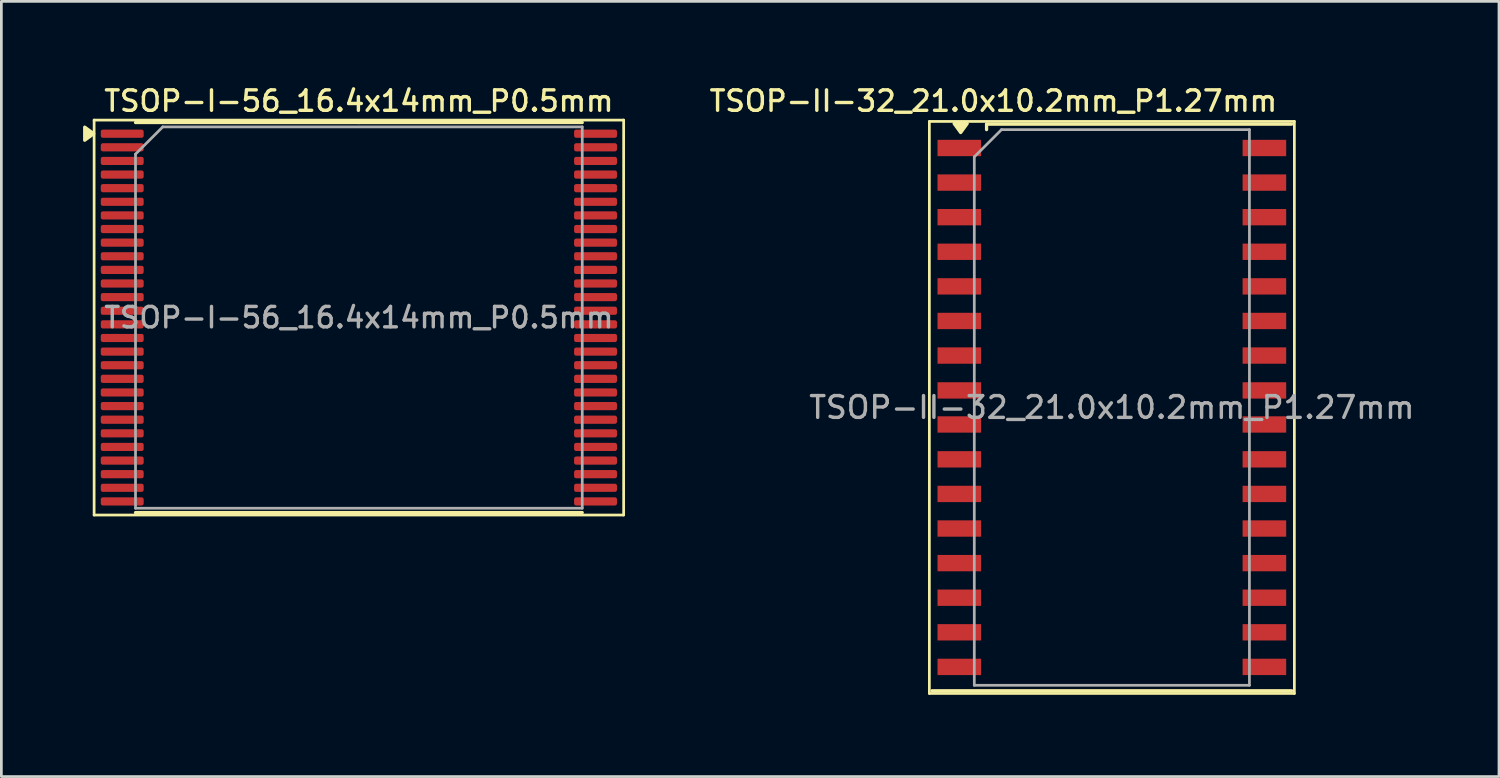
<source format=kicad_pcb>
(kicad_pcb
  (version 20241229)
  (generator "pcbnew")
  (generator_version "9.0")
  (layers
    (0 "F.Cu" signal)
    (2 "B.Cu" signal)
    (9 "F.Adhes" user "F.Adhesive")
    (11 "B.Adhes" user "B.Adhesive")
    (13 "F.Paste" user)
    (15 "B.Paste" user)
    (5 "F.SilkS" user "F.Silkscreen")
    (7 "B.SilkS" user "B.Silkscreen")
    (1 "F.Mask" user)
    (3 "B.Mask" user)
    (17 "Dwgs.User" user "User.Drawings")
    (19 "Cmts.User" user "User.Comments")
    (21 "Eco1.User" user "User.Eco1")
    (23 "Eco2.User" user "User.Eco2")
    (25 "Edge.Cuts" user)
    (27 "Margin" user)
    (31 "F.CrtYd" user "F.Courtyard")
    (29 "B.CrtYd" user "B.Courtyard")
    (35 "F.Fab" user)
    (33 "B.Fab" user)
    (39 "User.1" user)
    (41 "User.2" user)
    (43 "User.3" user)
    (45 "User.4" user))
  (footprint "TSOP-II-32_21.0x10.2mm_P1.27mm"
    (layer "F.Cu")
    (at 37.768 11.908)
    (property "Reference" "TSOP-II-32_21.0x10.2mm_P1.27mm" (at -4.35 -11.25 0) (layer "F.SilkS") (effects (font (size 0.75 0.75) (thickness 0.125))))
    (attr smd)
    (fp_line (start -6.7 -10.5) (end -6.7 10.5) (stroke (width 0.1) (type solid)) (layer "F.SilkS"))
    (fp_line (start -6.7 -10.5) (end 6.7 -10.5) (stroke (width 0.1) (type solid)) (layer "F.SilkS"))
    (fp_line (start -6.7 10.5) (end 6.7 10.5) (stroke (width 0.1) (type solid)) (layer "F.SilkS"))
    (fp_line (start -6.6 10.4) (end 6.6 10.4) (stroke (width 0.12) (type solid)) (layer "F.SilkS"))
    (fp_line (start -4.6 -10.4) (end -4.6 -10.2) (stroke (width 0.12) (type solid)) (layer "F.SilkS"))
    (fp_line (start -4.6 -10.4) (end 6.6 -10.4) (stroke (width 0.12) (type solid)) (layer "F.SilkS"))
    (fp_line (start 6.7 -10.5) (end 6.7 10.5) (stroke (width 0.1) (type solid)) (layer "F.SilkS"))
    (fp_poly (pts (xy -5.55 -10.092) (xy -5.79 -10.422) (xy -5.31 -10.422) (xy -5.55 -10.092)) (stroke (width 0.12) (type solid)) (fill yes) (layer "F.SilkS"))
    (fp_line (start -5.05 -9.2) (end -4.05 -10.2) (stroke (width 0.1) (type solid)) (layer "F.Fab"))
    (fp_line (start -5.05 10.2) (end -5.05 -9.2) (stroke (width 0.1) (type solid)) (layer "F.Fab"))
    (fp_line (start -4.05 -10.2) (end 5.05 -10.2) (stroke (width 0.1) (type solid)) (layer "F.Fab"))
    (fp_line (start 5.05 -10.2) (end 5.05 10.2) (stroke (width 0.1) (type solid)) (layer "F.Fab"))
    (fp_line (start 5.05 10.2) (end -5.05 10.2) (stroke (width 0.1) (type solid)) (layer "F.Fab"))
    (fp_text user "${REFERENCE}" (at 0 0 0) (layer "F.Fab") (effects (font (size 0.8 0.8) (thickness 0.125))))
    (pad "1" smd rect (at -5.6 -9.525) (size 1.6 0.6) (layers "F.Cu" "F.Mask" "F.Paste"))
    (pad "2" smd rect (at -5.6 -8.255) (size 1.6 0.6) (layers "F.Cu" "F.Mask" "F.Paste"))
    (pad "3" smd rect (at -5.6 -6.985) (size 1.6 0.6) (layers "F.Cu" "F.Mask" "F.Paste"))
    (pad "4" smd rect (at -5.6 -5.715) (size 1.6 0.6) (layers "F.Cu" "F.Mask" "F.Paste"))
    (pad "5" smd rect (at -5.6 -4.445) (size 1.6 0.6) (layers "F.Cu" "F.Mask" "F.Paste"))
    (pad "6" smd rect (at -5.6 -3.175) (size 1.6 0.6) (layers "F.Cu" "F.Mask" "F.Paste"))
    (pad "7" smd rect (at -5.6 -1.905) (size 1.6 0.6) (layers "F.Cu" "F.Mask" "F.Paste"))
    (pad "8" smd rect (at -5.6 -0.625) (size 1.6 0.6) (layers "F.Cu" "F.Mask" "F.Paste"))
    (pad "9" smd rect (at -5.6 0.625) (size 1.6 0.6) (layers "F.Cu" "F.Mask" "F.Paste"))
    (pad "10" smd rect (at -5.6 1.905) (size 1.6 0.6) (layers "F.Cu" "F.Mask" "F.Paste"))
    (pad "11" smd rect (at -5.6 3.175) (size 1.6 0.6) (layers "F.Cu" "F.Mask" "F.Paste"))
    (pad "12" smd rect (at -5.6 4.445) (size 1.6 0.6) (layers "F.Cu" "F.Mask" "F.Paste"))
    (pad "13" smd rect (at -5.6 5.715) (size 1.6 0.6) (layers "F.Cu" "F.Mask" "F.Paste"))
    (pad "14" smd rect (at -5.6 6.985) (size 1.6 0.6) (layers "F.Cu" "F.Mask" "F.Paste"))
    (pad "15" smd rect (at -5.6 8.255) (size 1.6 0.6) (layers "F.Cu" "F.Mask" "F.Paste"))
    (pad "16" smd rect (at -5.6 9.525) (size 1.6 0.6) (layers "F.Cu" "F.Mask" "F.Paste"))
    (pad "17" smd rect (at 5.6 9.525) (size 1.6 0.6) (layers "F.Cu" "F.Mask" "F.Paste"))
    (pad "18" smd rect (at 5.6 8.255) (size 1.6 0.6) (layers "F.Cu" "F.Mask" "F.Paste"))
    (pad "19" smd rect (at 5.6 6.985) (size 1.6 0.6) (layers "F.Cu" "F.Mask" "F.Paste"))
    (pad "20" smd rect (at 5.6 5.715) (size 1.6 0.6) (layers "F.Cu" "F.Mask" "F.Paste"))
    (pad "21" smd rect (at 5.6 4.445) (size 1.6 0.6) (layers "F.Cu" "F.Mask" "F.Paste"))
    (pad "22" smd rect (at 5.6 3.175) (size 1.6 0.6) (layers "F.Cu" "F.Mask" "F.Paste"))
    (pad "23" smd rect (at 5.6 1.905) (size 1.6 0.6) (layers "F.Cu" "F.Mask" "F.Paste"))
    (pad "24" smd rect (at 5.6 0.625) (size 1.6 0.6) (layers "F.Cu" "F.Mask" "F.Paste"))
    (pad "25" smd rect (at 5.6 -0.625) (size 1.6 0.6) (layers "F.Cu" "F.Mask" "F.Paste"))
    (pad "26" smd rect (at 5.6 -1.905) (size 1.6 0.6) (layers "F.Cu" "F.Mask" "F.Paste"))
    (pad "27" smd rect (at 5.6 -3.175) (size 1.6 0.6) (layers "F.Cu" "F.Mask" "F.Paste"))
    (pad "28" smd rect (at 5.6 -4.445) (size 1.6 0.6) (layers "F.Cu" "F.Mask" "F.Paste"))
    (pad "29" smd rect (at 5.6 -5.715) (size 1.6 0.6) (layers "F.Cu" "F.Mask" "F.Paste"))
    (pad "30" smd rect (at 5.6 -6.985) (size 1.6 0.6) (layers "F.Cu" "F.Mask" "F.Paste"))
    (pad "31" smd rect (at 5.6 -8.255) (size 1.6 0.6) (layers "F.Cu" "F.Mask" "F.Paste"))
    (pad "32" smd rect (at 5.6 -9.525) (size 1.6 0.6) (layers "F.Cu" "F.Mask" "F.Paste")))
  (footprint "TSOP-I-56_16.4x14mm_P0.5mm"
    (layer "F.Cu")
    (at 10.125 8.608)
    (property "Reference" "TSOP-I-56_16.4x14mm_P0.5mm" (at 0 -7.95 0) (layer "F.SilkS") (effects (font (size 0.75 0.75) (thickness 0.125))))
    (attr smd)
    (fp_line (start -9.72 -7.25) (end -9.72 7.25) (stroke (width 0.1) (type solid)) (layer "F.SilkS"))
    (fp_line (start -9.72 7.25) (end 9.72 7.25) (stroke (width 0.1) (type solid)) (layer "F.SilkS"))
    (fp_line (start 0 -7.16) (end -8.2 -7.16) (stroke (width 0.12) (type solid)) (layer "F.SilkS"))
    (fp_line (start 0 -7.16) (end 8.2 -7.16) (stroke (width 0.12) (type solid)) (layer "F.SilkS"))
    (fp_line (start 0 7.16) (end -8.2 7.16) (stroke (width 0.12) (type solid)) (layer "F.SilkS"))
    (fp_line (start 0 7.16) (end 8.2 7.16) (stroke (width 0.12) (type solid)) (layer "F.SilkS"))
    (fp_line (start 9.72 -7.25) (end -9.72 -7.25) (stroke (width 0.1) (type solid)) (layer "F.SilkS"))
    (fp_line (start 9.72 7.25) (end 9.72 -7.25) (stroke (width 0.1) (type solid)) (layer "F.SilkS"))
    (fp_poly (pts (xy -9.735 -6.75) (xy -10.065 -6.99) (xy -10.065 -6.51) (xy -9.735 -6.75)) (stroke (width 0.12) (type solid)) (fill yes) (layer "F.SilkS"))
    (fp_line (start -8.2 -6) (end -7.2 -7) (stroke (width 0.1) (type solid)) (layer "F.Fab"))
    (fp_line (start -8.2 7) (end -8.2 -6) (stroke (width 0.1) (type solid)) (layer "F.Fab"))
    (fp_line (start -7.2 -7) (end 8.2 -7) (stroke (width 0.1) (type solid)) (layer "F.Fab"))
    (fp_line (start 8.2 -7) (end 8.2 7) (stroke (width 0.1) (type solid)) (layer "F.Fab"))
    (fp_line (start 8.2 7) (end -8.2 7) (stroke (width 0.1) (type solid)) (layer "F.Fab"))
    (fp_text user "${REFERENCE}" (at 0 0 0) (layer "F.Fab") (effects (font (size 0.75 0.75) (thickness 0.125))))
    (pad "1" smd roundrect (at -8.688 -6.75) (size 1.575 0.3) (layers "F.Cu" "F.Mask" "F.Paste") (roundrect_rratio 0.25))
    (pad "2" smd roundrect (at -8.688 -6.25) (size 1.575 0.3) (layers "F.Cu" "F.Mask" "F.Paste") (roundrect_rratio 0.25))
    (pad "3" smd roundrect (at -8.688 -5.75) (size 1.575 0.3) (layers "F.Cu" "F.Mask" "F.Paste") (roundrect_rratio 0.25))
    (pad "4" smd roundrect (at -8.688 -5.25) (size 1.575 0.3) (layers "F.Cu" "F.Mask" "F.Paste") (roundrect_rratio 0.25))
    (pad "5" smd roundrect (at -8.688 -4.75) (size 1.575 0.3) (layers "F.Cu" "F.Mask" "F.Paste") (roundrect_rratio 0.25))
    (pad "6" smd roundrect (at -8.688 -4.25) (size 1.575 0.3) (layers "F.Cu" "F.Mask" "F.Paste") (roundrect_rratio 0.25))
    (pad "7" smd roundrect (at -8.688 -3.75) (size 1.575 0.3) (layers "F.Cu" "F.Mask" "F.Paste") (roundrect_rratio 0.25))
    (pad "8" smd roundrect (at -8.688 -3.25) (size 1.575 0.3) (layers "F.Cu" "F.Mask" "F.Paste") (roundrect_rratio 0.25))
    (pad "9" smd roundrect (at -8.688 -2.75) (size 1.575 0.3) (layers "F.Cu" "F.Mask" "F.Paste") (roundrect_rratio 0.25))
    (pad "10" smd roundrect (at -8.688 -2.25) (size 1.575 0.3) (layers "F.Cu" "F.Mask" "F.Paste") (roundrect_rratio 0.25))
    (pad "11" smd roundrect (at -8.688 -1.75) (size 1.575 0.3) (layers "F.Cu" "F.Mask" "F.Paste") (roundrect_rratio 0.25))
    (pad "12" smd roundrect (at -8.688 -1.25) (size 1.575 0.3) (layers "F.Cu" "F.Mask" "F.Paste") (roundrect_rratio 0.25))
    (pad "13" smd roundrect (at -8.688 -0.75) (size 1.575 0.3) (layers "F.Cu" "F.Mask" "F.Paste") (roundrect_rratio 0.25))
    (pad "14" smd roundrect (at -8.688 -0.25) (size 1.575 0.3) (layers "F.Cu" "F.Mask" "F.Paste") (roundrect_rratio 0.25))
    (pad "15" smd roundrect (at -8.688 0.25) (size 1.575 0.3) (layers "F.Cu" "F.Mask" "F.Paste") (roundrect_rratio 0.25))
    (pad "16" smd roundrect (at -8.688 0.75) (size 1.575 0.3) (layers "F.Cu" "F.Mask" "F.Paste") (roundrect_rratio 0.25))
    (pad "17" smd roundrect (at -8.688 1.25) (size 1.575 0.3) (layers "F.Cu" "F.Mask" "F.Paste") (roundrect_rratio 0.25))
    (pad "18" smd roundrect (at -8.688 1.75) (size 1.575 0.3) (layers "F.Cu" "F.Mask" "F.Paste") (roundrect_rratio 0.25))
    (pad "19" smd roundrect (at -8.688 2.25) (size 1.575 0.3) (layers "F.Cu" "F.Mask" "F.Paste") (roundrect_rratio 0.25))
    (pad "20" smd roundrect (at -8.688 2.75) (size 1.575 0.3) (layers "F.Cu" "F.Mask" "F.Paste") (roundrect_rratio 0.25))
    (pad "21" smd roundrect (at -8.688 3.25) (size 1.575 0.3) (layers "F.Cu" "F.Mask" "F.Paste") (roundrect_rratio 0.25))
    (pad "22" smd roundrect (at -8.688 3.75) (size 1.575 0.3) (layers "F.Cu" "F.Mask" "F.Paste") (roundrect_rratio 0.25))
    (pad "23" smd roundrect (at -8.688 4.25) (size 1.575 0.3) (layers "F.Cu" "F.Mask" "F.Paste") (roundrect_rratio 0.25))
    (pad "24" smd roundrect (at -8.688 4.75) (size 1.575 0.3) (layers "F.Cu" "F.Mask" "F.Paste") (roundrect_rratio 0.25))
    (pad "25" smd roundrect (at -8.688 5.25) (size 1.575 0.3) (layers "F.Cu" "F.Mask" "F.Paste") (roundrect_rratio 0.25))
    (pad "26" smd roundrect (at -8.688 5.75) (size 1.575 0.3) (layers "F.Cu" "F.Mask" "F.Paste") (roundrect_rratio 0.25))
    (pad "27" smd roundrect (at -8.688 6.25) (size 1.575 0.3) (layers "F.Cu" "F.Mask" "F.Paste") (roundrect_rratio 0.25))
    (pad "28" smd roundrect (at -8.688 6.75) (size 1.575 0.3) (layers "F.Cu" "F.Mask" "F.Paste") (roundrect_rratio 0.25))
    (pad "29" smd roundrect (at 8.688 6.75) (size 1.575 0.3) (layers "F.Cu" "F.Mask" "F.Paste") (roundrect_rratio 0.25))
    (pad "30" smd roundrect (at 8.688 6.25) (size 1.575 0.3) (layers "F.Cu" "F.Mask" "F.Paste") (roundrect_rratio 0.25))
    (pad "31" smd roundrect (at 8.688 5.75) (size 1.575 0.3) (layers "F.Cu" "F.Mask" "F.Paste") (roundrect_rratio 0.25))
    (pad "32" smd roundrect (at 8.688 5.25) (size 1.575 0.3) (layers "F.Cu" "F.Mask" "F.Paste") (roundrect_rratio 0.25))
    (pad "33" smd roundrect (at 8.688 4.75) (size 1.575 0.3) (layers "F.Cu" "F.Mask" "F.Paste") (roundrect_rratio 0.25))
    (pad "34" smd roundrect (at 8.688 4.25) (size 1.575 0.3) (layers "F.Cu" "F.Mask" "F.Paste") (roundrect_rratio 0.25))
    (pad "35" smd roundrect (at 8.688 3.75) (size 1.575 0.3) (layers "F.Cu" "F.Mask" "F.Paste") (roundrect_rratio 0.25))
    (pad "36" smd roundrect (at 8.688 3.25) (size 1.575 0.3) (layers "F.Cu" "F.Mask" "F.Paste") (roundrect_rratio 0.25))
    (pad "37" smd roundrect (at 8.688 2.75) (size 1.575 0.3) (layers "F.Cu" "F.Mask" "F.Paste") (roundrect_rratio 0.25))
    (pad "38" smd roundrect (at 8.688 2.25) (size 1.575 0.3) (layers "F.Cu" "F.Mask" "F.Paste") (roundrect_rratio 0.25))
    (pad "39" smd roundrect (at 8.688 1.75) (size 1.575 0.3) (layers "F.Cu" "F.Mask" "F.Paste") (roundrect_rratio 0.25))
    (pad "40" smd roundrect (at 8.688 1.25) (size 1.575 0.3) (layers "F.Cu" "F.Mask" "F.Paste") (roundrect_rratio 0.25))
    (pad "41" smd roundrect (at 8.688 0.75) (size 1.575 0.3) (layers "F.Cu" "F.Mask" "F.Paste") (roundrect_rratio 0.25))
    (pad "42" smd roundrect (at 8.688 0.25) (size 1.575 0.3) (layers "F.Cu" "F.Mask" "F.Paste") (roundrect_rratio 0.25))
    (pad "43" smd roundrect (at 8.688 -0.25) (size 1.575 0.3) (layers "F.Cu" "F.Mask" "F.Paste") (roundrect_rratio 0.25))
    (pad "44" smd roundrect (at 8.688 -0.75) (size 1.575 0.3) (layers "F.Cu" "F.Mask" "F.Paste") (roundrect_rratio 0.25))
    (pad "45" smd roundrect (at 8.688 -1.25) (size 1.575 0.3) (layers "F.Cu" "F.Mask" "F.Paste") (roundrect_rratio 0.25))
    (pad "46" smd roundrect (at 8.688 -1.75) (size 1.575 0.3) (layers "F.Cu" "F.Mask" "F.Paste") (roundrect_rratio 0.25))
    (pad "47" smd roundrect (at 8.688 -2.25) (size 1.575 0.3) (layers "F.Cu" "F.Mask" "F.Paste") (roundrect_rratio 0.25))
    (pad "48" smd roundrect (at 8.688 -2.75) (size 1.575 0.3) (layers "F.Cu" "F.Mask" "F.Paste") (roundrect_rratio 0.25))
    (pad "49" smd roundrect (at 8.688 -3.25) (size 1.575 0.3) (layers "F.Cu" "F.Mask" "F.Paste") (roundrect_rratio 0.25))
    (pad "50" smd roundrect (at 8.688 -3.75) (size 1.575 0.3) (layers "F.Cu" "F.Mask" "F.Paste") (roundrect_rratio 0.25))
    (pad "51" smd roundrect (at 8.688 -4.25) (size 1.575 0.3) (layers "F.Cu" "F.Mask" "F.Paste") (roundrect_rratio 0.25))
    (pad "52" smd roundrect (at 8.688 -4.75) (size 1.575 0.3) (layers "F.Cu" "F.Mask" "F.Paste") (roundrect_rratio 0.25))
    (pad "53" smd roundrect (at 8.688 -5.25) (size 1.575 0.3) (layers "F.Cu" "F.Mask" "F.Paste") (roundrect_rratio 0.25))
    (pad "54" smd roundrect (at 8.688 -5.75) (size 1.575 0.3) (layers "F.Cu" "F.Mask" "F.Paste") (roundrect_rratio 0.25))
    (pad "55" smd roundrect (at 8.688 -6.25) (size 1.575 0.3) (layers "F.Cu" "F.Mask" "F.Paste") (roundrect_rratio 0.25))
    (pad "56" smd roundrect (at 8.688 -6.75) (size 1.575 0.3) (layers "F.Cu" "F.Mask" "F.Paste") (roundrect_rratio 0.25)))
  (gr_rect
    (start -3 -3)
    (end 51.98 25.458)
    (stroke (width 0.1) (type default))
    (fill no)
    (layer "Edge.Cuts")))
</source>
